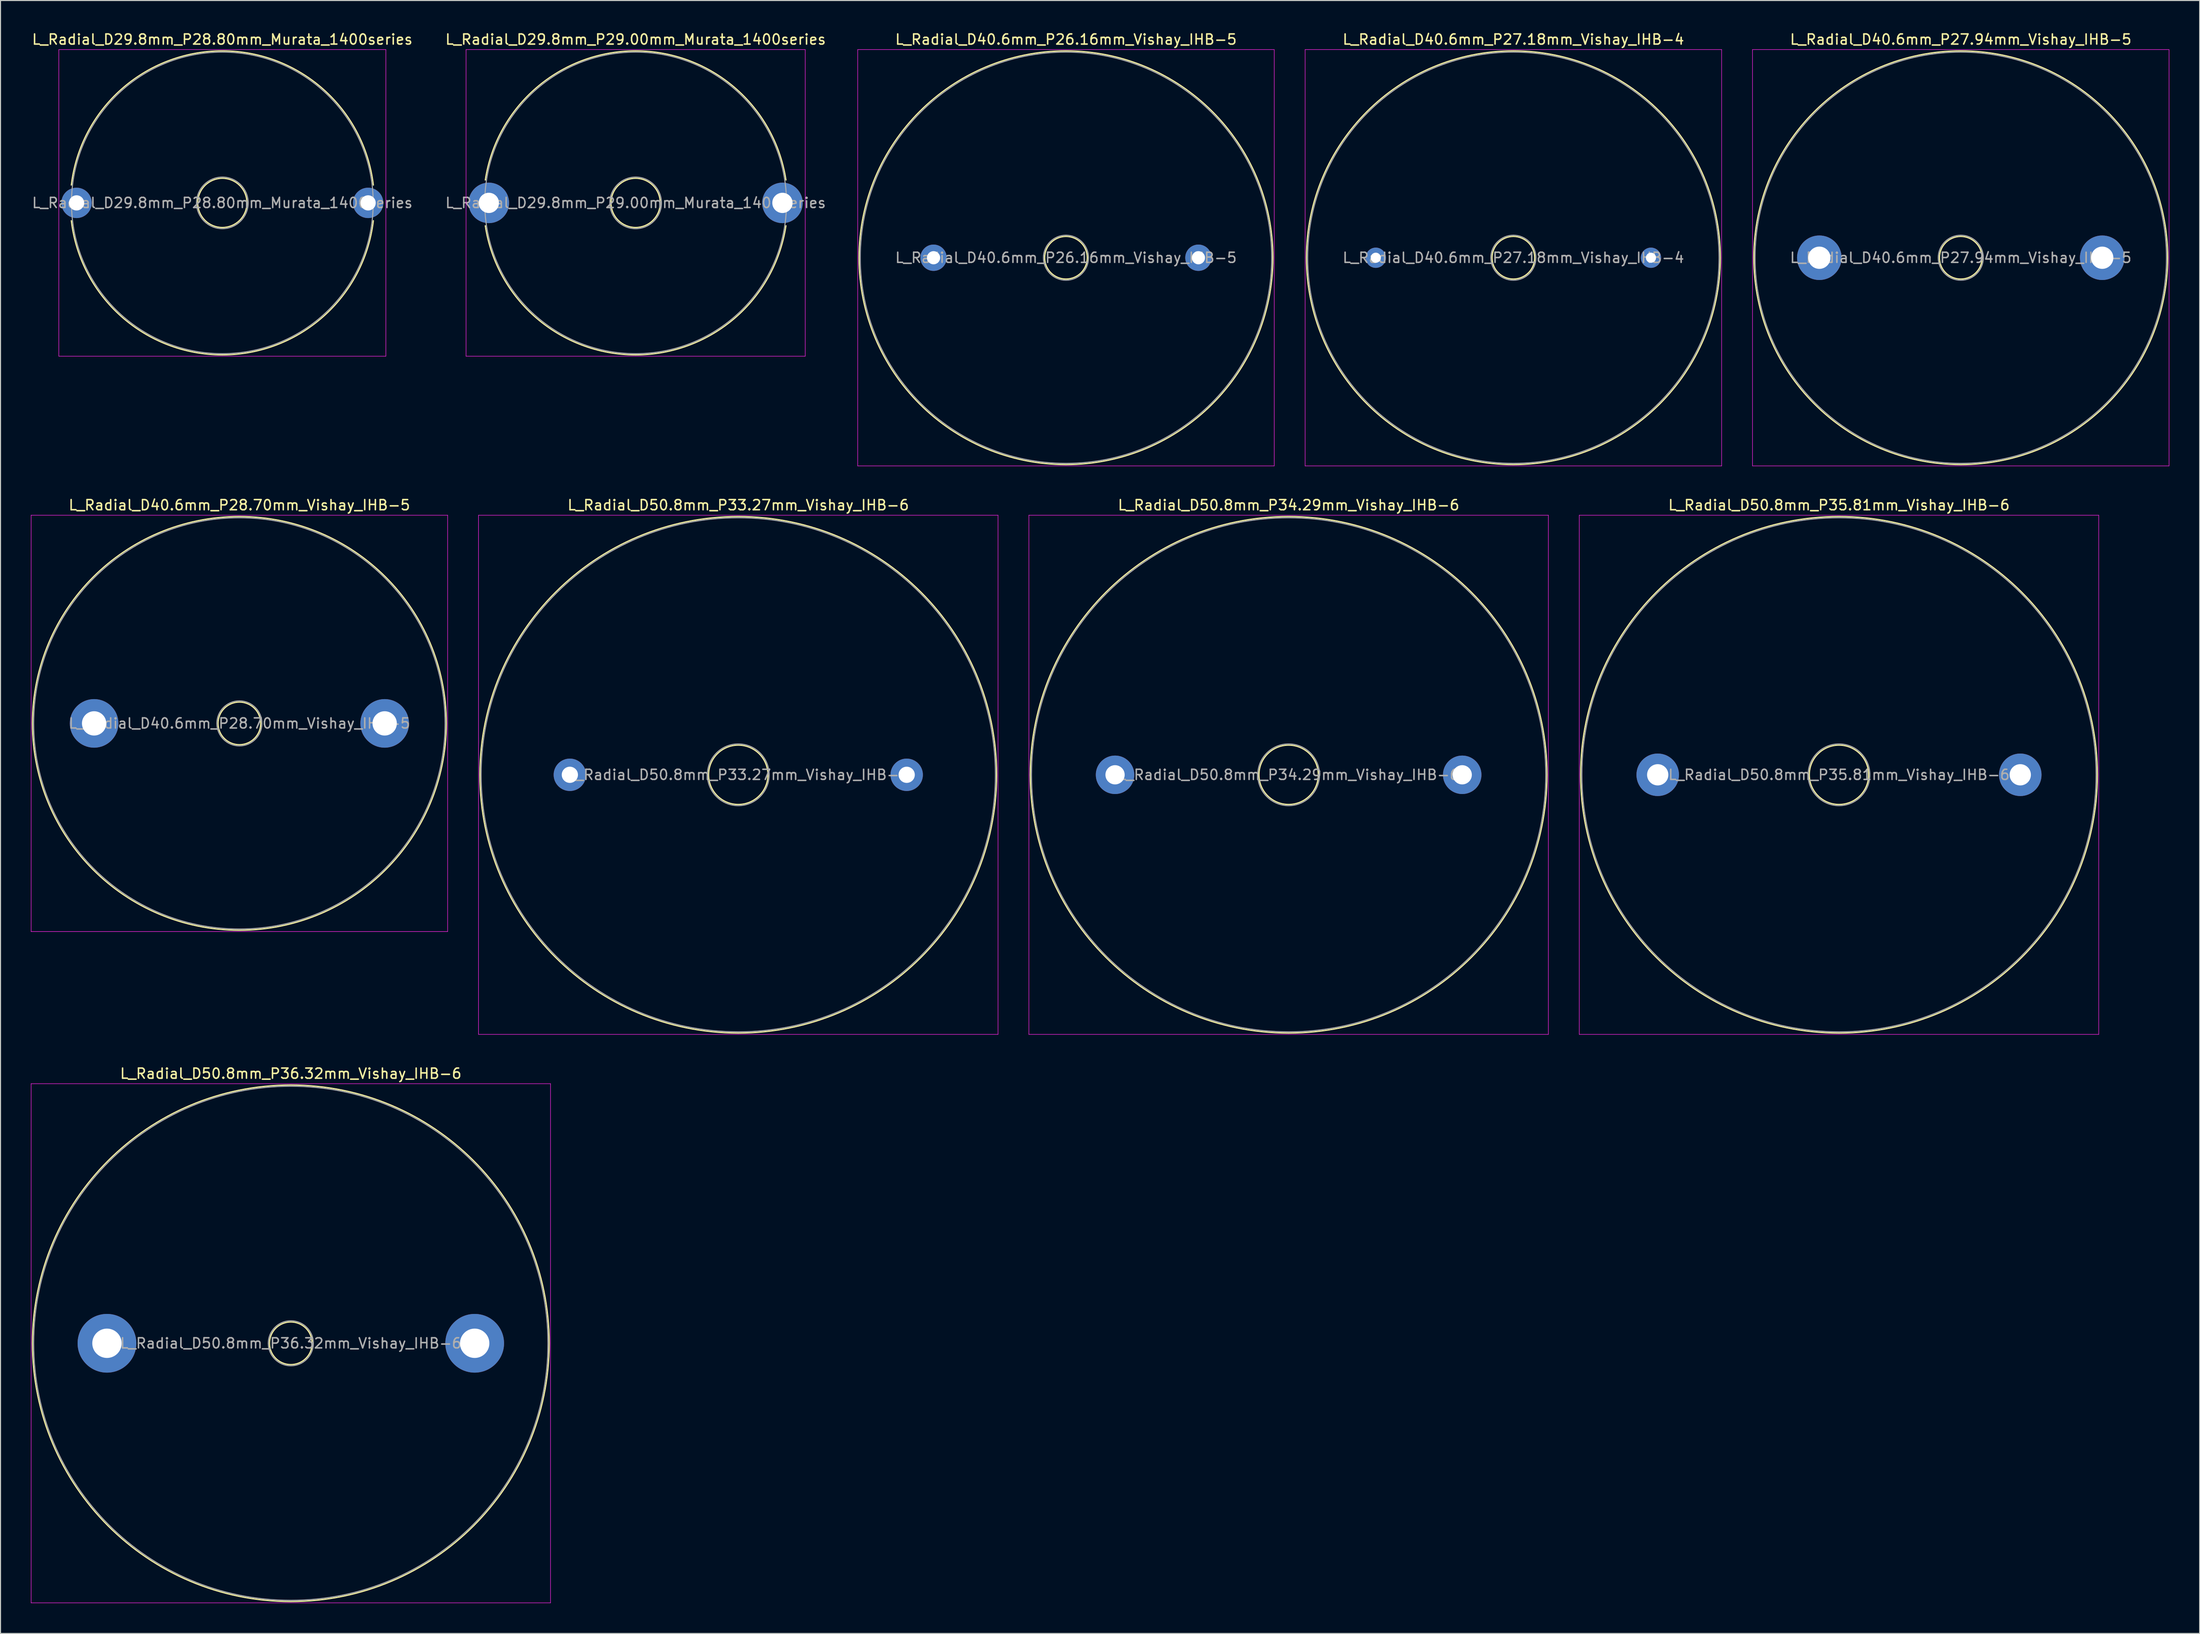
<source format=kicad_pcb>
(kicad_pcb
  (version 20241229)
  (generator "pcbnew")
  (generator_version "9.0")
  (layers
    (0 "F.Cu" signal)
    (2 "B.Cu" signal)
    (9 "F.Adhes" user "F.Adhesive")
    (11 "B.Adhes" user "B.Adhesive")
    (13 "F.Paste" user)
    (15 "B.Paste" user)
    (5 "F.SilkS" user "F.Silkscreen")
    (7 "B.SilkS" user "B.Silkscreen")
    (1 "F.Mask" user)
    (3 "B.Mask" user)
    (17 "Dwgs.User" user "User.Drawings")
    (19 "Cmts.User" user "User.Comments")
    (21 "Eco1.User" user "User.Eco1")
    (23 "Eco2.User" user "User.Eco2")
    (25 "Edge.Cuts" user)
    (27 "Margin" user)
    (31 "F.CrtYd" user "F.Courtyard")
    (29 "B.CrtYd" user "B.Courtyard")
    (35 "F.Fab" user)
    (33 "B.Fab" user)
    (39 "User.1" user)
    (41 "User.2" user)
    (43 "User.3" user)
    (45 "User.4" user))
  (footprint "L_Radial_D29.8mm_P29.00mm_Murata_1400series"
    (layer "F.Cu")
    (at 45.232 16.998)
    (property "Reference" "L_Radial_D29.8mm_P29.00mm_Murata_1400series" (at 14.5 -16.15 0) (layer "F.SilkS") (effects (font (size 1 1) (thickness 0.15))))
    (attr through_hole)
    (fp_arc (start -0.349 -2.26) (mid 14.5 -15.02) (end 29.349 -2.26) (stroke (width 0.12) (type solid)) (layer "F.SilkS"))
    (fp_arc (start 29.349 2.26) (mid 14.5 15.02) (end -0.349 2.26) (stroke (width 0.12) (type solid)) (layer "F.SilkS"))
    (fp_circle (center 14.5 0) (end 16.93 0) (stroke (width 0.12) (type solid)) (fill no) (layer "F.SilkS"))
    (fp_line (start -2.25 -15.15) (end -2.25 15.15) (stroke (width 0.05) (type solid)) (layer "F.CrtYd"))
    (fp_line (start -2.25 15.15) (end 31.25 15.15) (stroke (width 0.05) (type solid)) (layer "F.CrtYd"))
    (fp_line (start 31.25 -15.15) (end -2.25 -15.15) (stroke (width 0.05) (type solid)) (layer "F.CrtYd"))
    (fp_line (start 31.25 15.15) (end 31.25 -15.15) (stroke (width 0.05) (type solid)) (layer "F.CrtYd"))
    (fp_circle (center 14.5 0) (end 17.05 0) (stroke (width 0.1) (type solid)) (fill no) (layer "F.Fab"))
    (fp_circle (center 14.5 0) (end 29.4 0) (stroke (width 0.1) (type solid)) (fill no) (layer "F.Fab"))
    (fp_text user "${REFERENCE}" (at 14.5 0 0) (layer "F.Fab") (effects (font (size 1 1) (thickness 0.15))))
    (pad "1" thru_hole circle (at 0 0) (size 4 4) (drill 2) (layers "*.Cu" "*.Mask"))
    (pad "2" thru_hole circle (at 29 0) (size 4 4) (drill 2) (layers "*.Cu" "*.Mask")))
  (footprint "L_Radial_D50.8mm_P34.29mm_Vishay_IHB-6"
    (layer "F.Cu")
    (at 107.085 73.511)
    (property "Reference" "L_Radial_D50.8mm_P34.29mm_Vishay_IHB-6" (at 17.145 -26.65 0) (layer "F.SilkS") (effects (font (size 1 1) (thickness 0.15))))
    (attr through_hole)
    (fp_circle (center 17.145 0) (end 20.075 0) (stroke (width 0.12) (type solid)) (fill no) (layer "F.SilkS"))
    (fp_circle (center 17.145 0) (end 42.665 0) (stroke (width 0.12) (type solid)) (fill no) (layer "F.SilkS"))
    (fp_line (start -8.51 -25.65) (end -8.51 25.65) (stroke (width 0.05) (type solid)) (layer "F.CrtYd"))
    (fp_line (start -8.51 25.65) (end 42.8 25.65) (stroke (width 0.05) (type solid)) (layer "F.CrtYd"))
    (fp_line (start 42.8 -25.65) (end -8.51 -25.65) (stroke (width 0.05) (type solid)) (layer "F.CrtYd"))
    (fp_line (start 42.8 25.65) (end 42.8 -25.65) (stroke (width 0.05) (type solid)) (layer "F.CrtYd"))
    (fp_circle (center 17.145 0) (end 20.195 0) (stroke (width 0.1) (type solid)) (fill no) (layer "F.Fab"))
    (fp_circle (center 17.145 0) (end 42.545 0) (stroke (width 0.1) (type solid)) (fill no) (layer "F.Fab"))
    (fp_text user "${REFERENCE}" (at 17.145 0 0) (layer "F.Fab") (effects (font (size 1 1) (thickness 0.15))))
    (pad "1" thru_hole circle (at 0 0) (size 3.8 3.8) (drill 1.9) (layers "*.Cu" "*.Mask"))
    (pad "2" thru_hole circle (at 34.29 0) (size 3.8 3.8) (drill 1.9) (layers "*.Cu" "*.Mask")))
  (footprint "L_Radial_D40.6mm_P26.16mm_Vishay_IHB-5"
    (layer "F.Cu")
    (at 89.158 22.418)
    (property "Reference" "L_Radial_D40.6mm_P26.16mm_Vishay_IHB-5" (at 13.08 -21.57 0) (layer "F.SilkS") (effects (font (size 1 1) (thickness 0.15))))
    (attr through_hole)
    (fp_circle (center 13.08 0) (end 15.185 0) (stroke (width 0.12) (type solid)) (fill no) (layer "F.SilkS"))
    (fp_circle (center 13.08 0) (end 33.52 0) (stroke (width 0.12) (type solid)) (fill no) (layer "F.SilkS"))
    (fp_line (start -7.49 -20.57) (end -7.49 20.57) (stroke (width 0.05) (type solid)) (layer "F.CrtYd"))
    (fp_line (start -7.49 20.57) (end 33.65 20.57) (stroke (width 0.05) (type solid)) (layer "F.CrtYd"))
    (fp_line (start 33.65 -20.57) (end -7.49 -20.57) (stroke (width 0.05) (type solid)) (layer "F.CrtYd"))
    (fp_line (start 33.65 20.57) (end 33.65 -20.57) (stroke (width 0.05) (type solid)) (layer "F.CrtYd"))
    (fp_circle (center 13.08 0) (end 15.305 0) (stroke (width 0.1) (type solid)) (fill no) (layer "F.Fab"))
    (fp_circle (center 13.08 0) (end 33.4 0) (stroke (width 0.1) (type solid)) (fill no) (layer "F.Fab"))
    (fp_text user "${REFERENCE}" (at 13.08 0 0) (layer "F.Fab") (effects (font (size 1 1) (thickness 0.15))))
    (pad "1" thru_hole circle (at 0 0) (size 2.6 2.6) (drill 1.3) (layers "*.Cu" "*.Mask"))
    (pad "2" thru_hole circle (at 26.16 0) (size 2.6 2.6) (drill 1.3) (layers "*.Cu" "*.Mask")))
  (footprint "L_Radial_D40.6mm_P27.94mm_Vishay_IHB-5"
    (layer "F.Cu")
    (at 176.648 22.418)
    (property "Reference" "L_Radial_D40.6mm_P27.94mm_Vishay_IHB-5" (at 13.97 -21.57 0) (layer "F.SilkS") (effects (font (size 1 1) (thickness 0.15))))
    (attr through_hole)
    (fp_circle (center 13.97 0) (end 16.075 0) (stroke (width 0.12) (type solid)) (fill no) (layer "F.SilkS"))
    (fp_circle (center 13.97 0) (end 34.41 0) (stroke (width 0.12) (type solid)) (fill no) (layer "F.SilkS"))
    (fp_line (start -6.6 -20.57) (end -6.6 20.57) (stroke (width 0.05) (type solid)) (layer "F.CrtYd"))
    (fp_line (start -6.6 20.57) (end 34.54 20.57) (stroke (width 0.05) (type solid)) (layer "F.CrtYd"))
    (fp_line (start 34.54 -20.57) (end -6.6 -20.57) (stroke (width 0.05) (type solid)) (layer "F.CrtYd"))
    (fp_line (start 34.54 20.57) (end 34.54 -20.57) (stroke (width 0.05) (type solid)) (layer "F.CrtYd"))
    (fp_circle (center 13.97 0) (end 16.195 0) (stroke (width 0.1) (type solid)) (fill no) (layer "F.Fab"))
    (fp_circle (center 13.97 0) (end 34.29 0) (stroke (width 0.1) (type solid)) (fill no) (layer "F.Fab"))
    (fp_text user "${REFERENCE}" (at 13.97 0 0) (layer "F.Fab") (effects (font (size 1 1) (thickness 0.15))))
    (pad "1" thru_hole circle (at 0 0) (size 4.4 4.4) (drill 2.2) (layers "*.Cu" "*.Mask"))
    (pad "2" thru_hole circle (at 27.94 0) (size 4.4 4.4) (drill 2.2) (layers "*.Cu" "*.Mask")))
  (footprint "L_Radial_D40.6mm_P27.18mm_Vishay_IHB-4"
    (layer "F.Cu")
    (at 132.838 22.418)
    (property "Reference" "L_Radial_D40.6mm_P27.18mm_Vishay_IHB-4" (at 13.59 -21.57 0) (layer "F.SilkS") (effects (font (size 1 1) (thickness 0.15))))
    (attr through_hole)
    (fp_circle (center 13.59 0) (end 15.695 0) (stroke (width 0.12) (type solid)) (fill no) (layer "F.SilkS"))
    (fp_circle (center 13.59 0) (end 34.03 0) (stroke (width 0.12) (type solid)) (fill no) (layer "F.SilkS"))
    (fp_line (start -6.98 -20.57) (end -6.98 20.57) (stroke (width 0.05) (type solid)) (layer "F.CrtYd"))
    (fp_line (start -6.98 20.57) (end 34.16 20.57) (stroke (width 0.05) (type solid)) (layer "F.CrtYd"))
    (fp_line (start 34.16 -20.57) (end -6.98 -20.57) (stroke (width 0.05) (type solid)) (layer "F.CrtYd"))
    (fp_line (start 34.16 20.57) (end 34.16 -20.57) (stroke (width 0.05) (type solid)) (layer "F.CrtYd"))
    (fp_circle (center 13.59 0) (end 15.815 0) (stroke (width 0.1) (type solid)) (fill no) (layer "F.Fab"))
    (fp_circle (center 13.59 0) (end 33.91 0) (stroke (width 0.1) (type solid)) (fill no) (layer "F.Fab"))
    (fp_text user "${REFERENCE}" (at 13.59 0 0) (layer "F.Fab") (effects (font (size 1 1) (thickness 0.15))))
    (pad "1" thru_hole circle (at 0 0) (size 2 2) (drill 1) (layers "*.Cu" "*.Mask"))
    (pad "2" thru_hole circle (at 27.18 0) (size 2 2) (drill 1) (layers "*.Cu" "*.Mask")))
  (footprint "L_Radial_D29.8mm_P28.80mm_Murata_1400series"
    (layer "F.Cu")
    (at 4.511 16.998)
    (property "Reference" "L_Radial_D29.8mm_P28.80mm_Murata_1400series" (at 14.4 -16.15 0) (layer "F.SilkS") (effects (font (size 1 1) (thickness 0.15))))
    (attr through_hole)
    (fp_arc (start -0.516528 -1.76) (mid 14.4 -15.02) (end 29.316528 -1.76) (stroke (width 0.12) (type solid)) (layer "F.SilkS"))
    (fp_arc (start 29.316528 1.76) (mid 14.4 15.02) (end -0.516528 1.76) (stroke (width 0.12) (type solid)) (layer "F.SilkS"))
    (fp_circle (center 14.4 0) (end 16.83 0) (stroke (width 0.12) (type solid)) (fill no) (layer "F.SilkS"))
    (fp_line (start -1.75 -15.15) (end -1.75 15.15) (stroke (width 0.05) (type solid)) (layer "F.CrtYd"))
    (fp_line (start -1.75 15.15) (end 30.55 15.15) (stroke (width 0.05) (type solid)) (layer "F.CrtYd"))
    (fp_line (start 30.55 -15.15) (end -1.75 -15.15) (stroke (width 0.05) (type solid)) (layer "F.CrtYd"))
    (fp_line (start 30.55 15.15) (end 30.55 -15.15) (stroke (width 0.05) (type solid)) (layer "F.CrtYd"))
    (fp_circle (center 14.4 0) (end 16.95 0) (stroke (width 0.1) (type solid)) (fill no) (layer "F.Fab"))
    (fp_circle (center 14.4 0) (end 29.3 0) (stroke (width 0.1) (type solid)) (fill no) (layer "F.Fab"))
    (fp_text user "${REFERENCE}" (at 14.4 0 0) (layer "F.Fab") (effects (font (size 1 1) (thickness 0.15))))
    (pad "1" thru_hole circle (at 0 0) (size 3 3) (drill 1.5) (layers "*.Cu" "*.Mask"))
    (pad "2" thru_hole circle (at 28.8 0) (size 3 3) (drill 1.5) (layers "*.Cu" "*.Mask")))
  (footprint "L_Radial_D50.8mm_P36.32mm_Vishay_IHB-6"
    (layer "F.Cu")
    (at 7.515 129.685)
    (property "Reference" "L_Radial_D50.8mm_P36.32mm_Vishay_IHB-6" (at 18.16 -26.65 0) (layer "F.SilkS") (effects (font (size 1 1) (thickness 0.15))))
    (attr through_hole)
    (fp_circle (center 18.16 0) (end 20.265 0) (stroke (width 0.12) (type solid)) (fill no) (layer "F.SilkS"))
    (fp_circle (center 18.16 0) (end 43.68 0) (stroke (width 0.12) (type solid)) (fill no) (layer "F.SilkS"))
    (fp_line (start -7.49 -25.65) (end -7.49 25.65) (stroke (width 0.05) (type solid)) (layer "F.CrtYd"))
    (fp_line (start -7.49 25.65) (end 43.81 25.65) (stroke (width 0.05) (type solid)) (layer "F.CrtYd"))
    (fp_line (start 43.81 -25.65) (end -7.49 -25.65) (stroke (width 0.05) (type solid)) (layer "F.CrtYd"))
    (fp_line (start 43.81 25.65) (end 43.81 -25.65) (stroke (width 0.05) (type solid)) (layer "F.CrtYd"))
    (fp_circle (center 18.16 0) (end 20.385 0) (stroke (width 0.1) (type solid)) (fill no) (layer "F.Fab"))
    (fp_circle (center 18.16 0) (end 43.56 0) (stroke (width 0.1) (type solid)) (fill no) (layer "F.Fab"))
    (fp_text user "${REFERENCE}" (at 18.16 0 0) (layer "F.Fab") (effects (font (size 1 1) (thickness 0.15))))
    (pad "1" thru_hole circle (at 0 0) (size 5.8 5.8) (drill 2.9) (layers "*.Cu" "*.Mask"))
    (pad "2" thru_hole circle (at 36.32 0) (size 5.8 5.8) (drill 2.9) (layers "*.Cu" "*.Mask")))
  (footprint "L_Radial_D40.6mm_P28.70mm_Vishay_IHB-5"
    (layer "F.Cu")
    (at 6.245 68.431)
    (property "Reference" "L_Radial_D40.6mm_P28.70mm_Vishay_IHB-5" (at 14.35 -21.57 0) (layer "F.SilkS") (effects (font (size 1 1) (thickness 0.15))))
    (attr through_hole)
    (fp_circle (center 14.35 0) (end 16.455 0) (stroke (width 0.12) (type solid)) (fill no) (layer "F.SilkS"))
    (fp_circle (center 14.35 0) (end 34.79 0) (stroke (width 0.12) (type solid)) (fill no) (layer "F.SilkS"))
    (fp_line (start -6.22 -20.57) (end -6.22 20.57) (stroke (width 0.05) (type solid)) (layer "F.CrtYd"))
    (fp_line (start -6.22 20.57) (end 34.92 20.57) (stroke (width 0.05) (type solid)) (layer "F.CrtYd"))
    (fp_line (start 34.92 -20.57) (end -6.22 -20.57) (stroke (width 0.05) (type solid)) (layer "F.CrtYd"))
    (fp_line (start 34.92 20.57) (end 34.92 -20.57) (stroke (width 0.05) (type solid)) (layer "F.CrtYd"))
    (fp_circle (center 14.35 0) (end 16.575 0) (stroke (width 0.1) (type solid)) (fill no) (layer "F.Fab"))
    (fp_circle (center 14.35 0) (end 34.67 0) (stroke (width 0.1) (type solid)) (fill no) (layer "F.Fab"))
    (fp_text user "${REFERENCE}" (at 14.35 0 0) (layer "F.Fab") (effects (font (size 1 1) (thickness 0.15))))
    (pad "1" thru_hole circle (at 0 0) (size 4.8 4.8) (drill 2.4) (layers "*.Cu" "*.Mask"))
    (pad "2" thru_hole circle (at 28.7 0) (size 4.8 4.8) (drill 2.4) (layers "*.Cu" "*.Mask")))
  (footprint "L_Radial_D50.8mm_P35.81mm_Vishay_IHB-6"
    (layer "F.Cu")
    (at 160.685 73.511)
    (property "Reference" "L_Radial_D50.8mm_P35.81mm_Vishay_IHB-6" (at 17.905 -26.65 0) (layer "F.SilkS") (effects (font (size 1 1) (thickness 0.15))))
    (attr through_hole)
    (fp_circle (center 17.905 0) (end 20.835 0) (stroke (width 0.12) (type solid)) (fill no) (layer "F.SilkS"))
    (fp_circle (center 17.905 0) (end 43.425 0) (stroke (width 0.12) (type solid)) (fill no) (layer "F.SilkS"))
    (fp_line (start -7.75 -25.65) (end -7.75 25.65) (stroke (width 0.05) (type solid)) (layer "F.CrtYd"))
    (fp_line (start -7.75 25.65) (end 43.56 25.65) (stroke (width 0.05) (type solid)) (layer "F.CrtYd"))
    (fp_line (start 43.56 -25.65) (end -7.75 -25.65) (stroke (width 0.05) (type solid)) (layer "F.CrtYd"))
    (fp_line (start 43.56 25.65) (end 43.56 -25.65) (stroke (width 0.05) (type solid)) (layer "F.CrtYd"))
    (fp_circle (center 17.905 0) (end 20.955 0) (stroke (width 0.1) (type solid)) (fill no) (layer "F.Fab"))
    (fp_circle (center 17.905 0) (end 43.305 0) (stroke (width 0.1) (type solid)) (fill no) (layer "F.Fab"))
    (fp_text user "${REFERENCE}" (at 17.905 0 0) (layer "F.Fab") (effects (font (size 1 1) (thickness 0.15))))
    (pad "1" thru_hole circle (at 0 0) (size 4.2 4.2) (drill 2.1) (layers "*.Cu" "*.Mask"))
    (pad "2" thru_hole circle (at 35.81 0) (size 4.2 4.2) (drill 2.1) (layers "*.Cu" "*.Mask")))
  (footprint "L_Radial_D50.8mm_P33.27mm_Vishay_IHB-6"
    (layer "F.Cu")
    (at 53.235 73.511)
    (property "Reference" "L_Radial_D50.8mm_P33.27mm_Vishay_IHB-6" (at 16.635 -26.65 0) (layer "F.SilkS") (effects (font (size 1 1) (thickness 0.15))))
    (attr through_hole)
    (fp_circle (center 16.635 0) (end 19.565 0) (stroke (width 0.12) (type solid)) (fill no) (layer "F.SilkS"))
    (fp_circle (center 16.635 0) (end 42.155 0) (stroke (width 0.12) (type solid)) (fill no) (layer "F.SilkS"))
    (fp_line (start -9.02 -25.65) (end -9.02 25.65) (stroke (width 0.05) (type solid)) (layer "F.CrtYd"))
    (fp_line (start -9.02 25.65) (end 42.29 25.65) (stroke (width 0.05) (type solid)) (layer "F.CrtYd"))
    (fp_line (start 42.29 -25.65) (end -9.02 -25.65) (stroke (width 0.05) (type solid)) (layer "F.CrtYd"))
    (fp_line (start 42.29 25.65) (end 42.29 -25.65) (stroke (width 0.05) (type solid)) (layer "F.CrtYd"))
    (fp_circle (center 16.635 0) (end 19.685 0) (stroke (width 0.1) (type solid)) (fill no) (layer "F.Fab"))
    (fp_circle (center 16.635 0) (end 42.035 0) (stroke (width 0.1) (type solid)) (fill no) (layer "F.Fab"))
    (fp_text user "${REFERENCE}" (at 16.635 0 0) (layer "F.Fab") (effects (font (size 1 1) (thickness 0.15))))
    (pad "1" thru_hole circle (at 0 0) (size 3.2 3.2) (drill 1.6) (layers "*.Cu" "*.Mask"))
    (pad "2" thru_hole circle (at 33.27 0) (size 3.2 3.2) (drill 1.6) (layers "*.Cu" "*.Mask")))
  (gr_rect
    (start -3 -3)
    (end 214.213 158.36)
    (stroke (width 0.1) (type default))
    (fill no)
    (layer "Edge.Cuts")))
</source>
